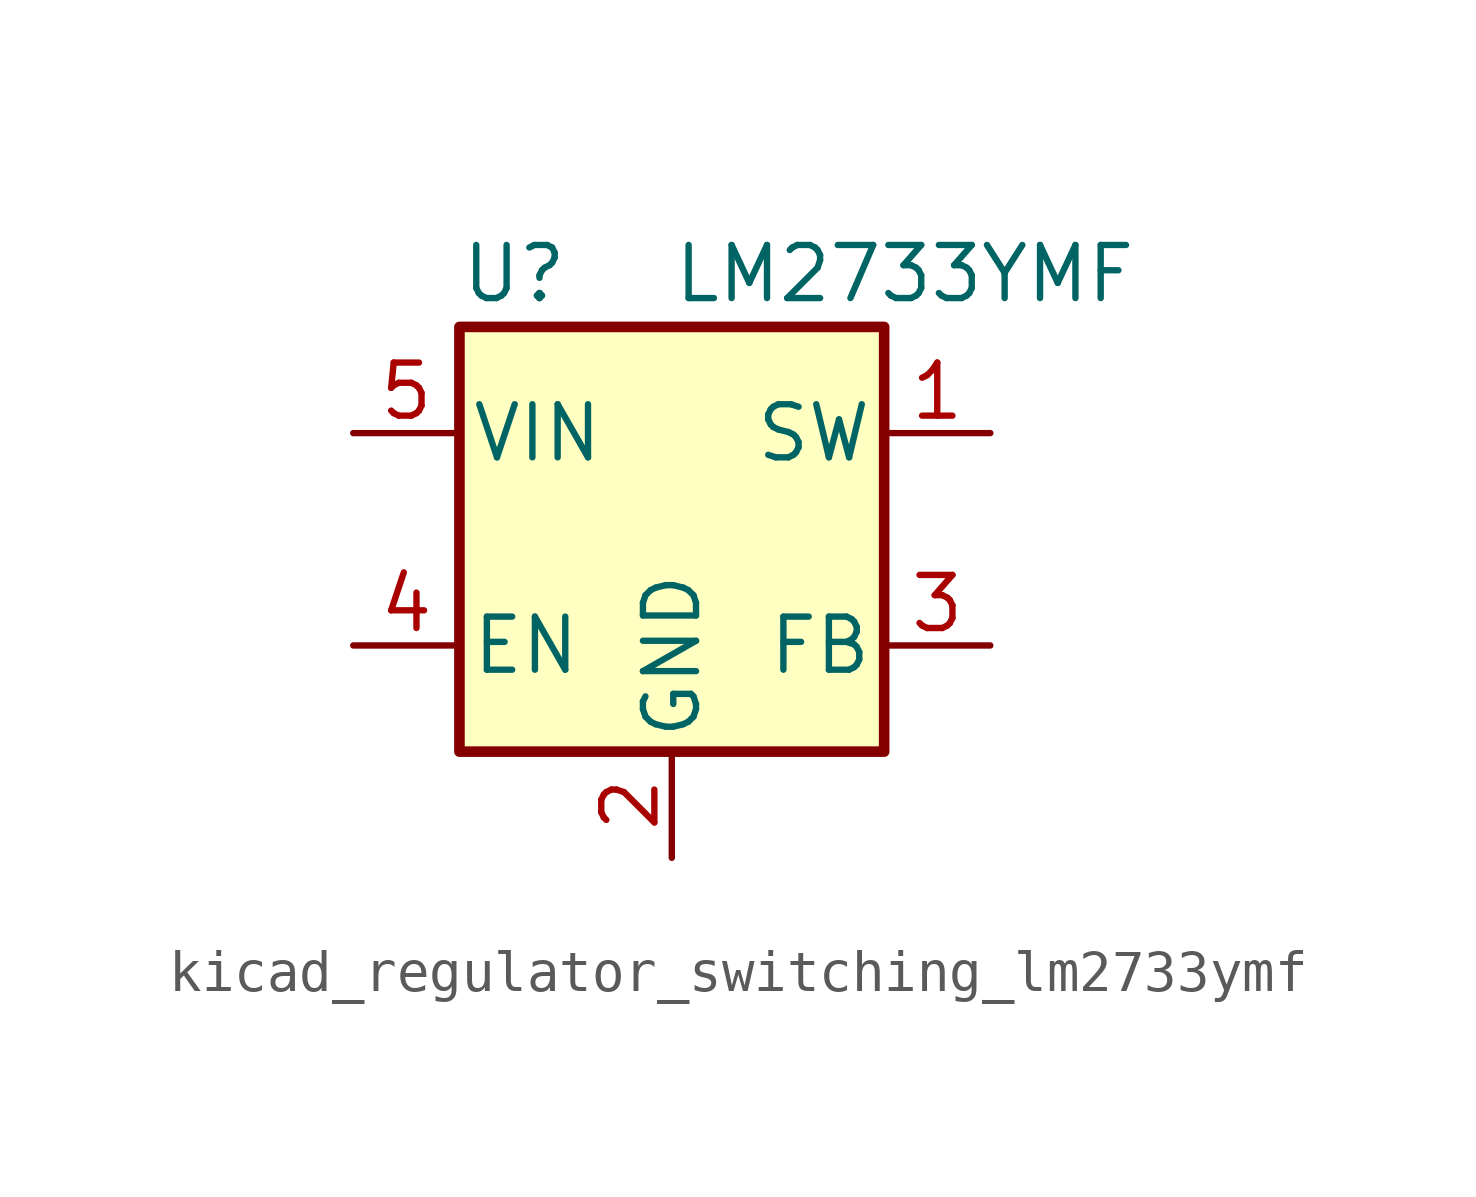
<source format=kicad_sym>
(kicad_symbol_lib
  (version 20220914)
  (generator kicad_symbol_editor)
  (symbol "kicad_regulator_switching_lm2733ymf"
    (pin_names
      (offset 0.254))
    (property "Reference" "U"
      (at -5.08 6.35 0)
      (effects (font (size 1.27 1.27)) (justify left)))
    (property "Value" "LM2733YMF"
      (at 0 6.35 0)
      (effects (font (size 1.27 1.27)) (justify left)))
    (symbol "kicad_regulator_switching_lm2733ymf_0_1"
      (rectangle (start -5.08 5.08) (end 5.08 -5.08) (stroke (width 0.254) (type default)) (fill (type background))))
    (symbol "kicad_regulator_switching_lm2733ymf_1_1"
      (pin output line (at 7.62 2.54 180) (length 2.54) (name "SW" (effects (font (size 1.27 1.27)))) (number "1" (effects (font (size 1.27 1.27)))))
      (pin power_in line (at 0 -7.62 90) (length 2.54) (name "GND" (effects (font (size 1.27 1.27)))) (number "2" (effects (font (size 1.27 1.27)))))
      (pin input line (at 7.62 -2.54 180) (length 2.54) (name "FB" (effects (font (size 1.27 1.27)))) (number "3" (effects (font (size 1.27 1.27)))))
      (pin input line (at -7.62 -2.54 0) (length 2.54) (name "EN" (effects (font (size 1.27 1.27)))) (number "4" (effects (font (size 1.27 1.27)))))
      (pin input line (at -7.62 2.54 0) (length 2.54) (name "VIN" (effects (font (size 1.27 1.27)))) (number "5" (effects (font (size 1.27 1.27))))))))
</source>
